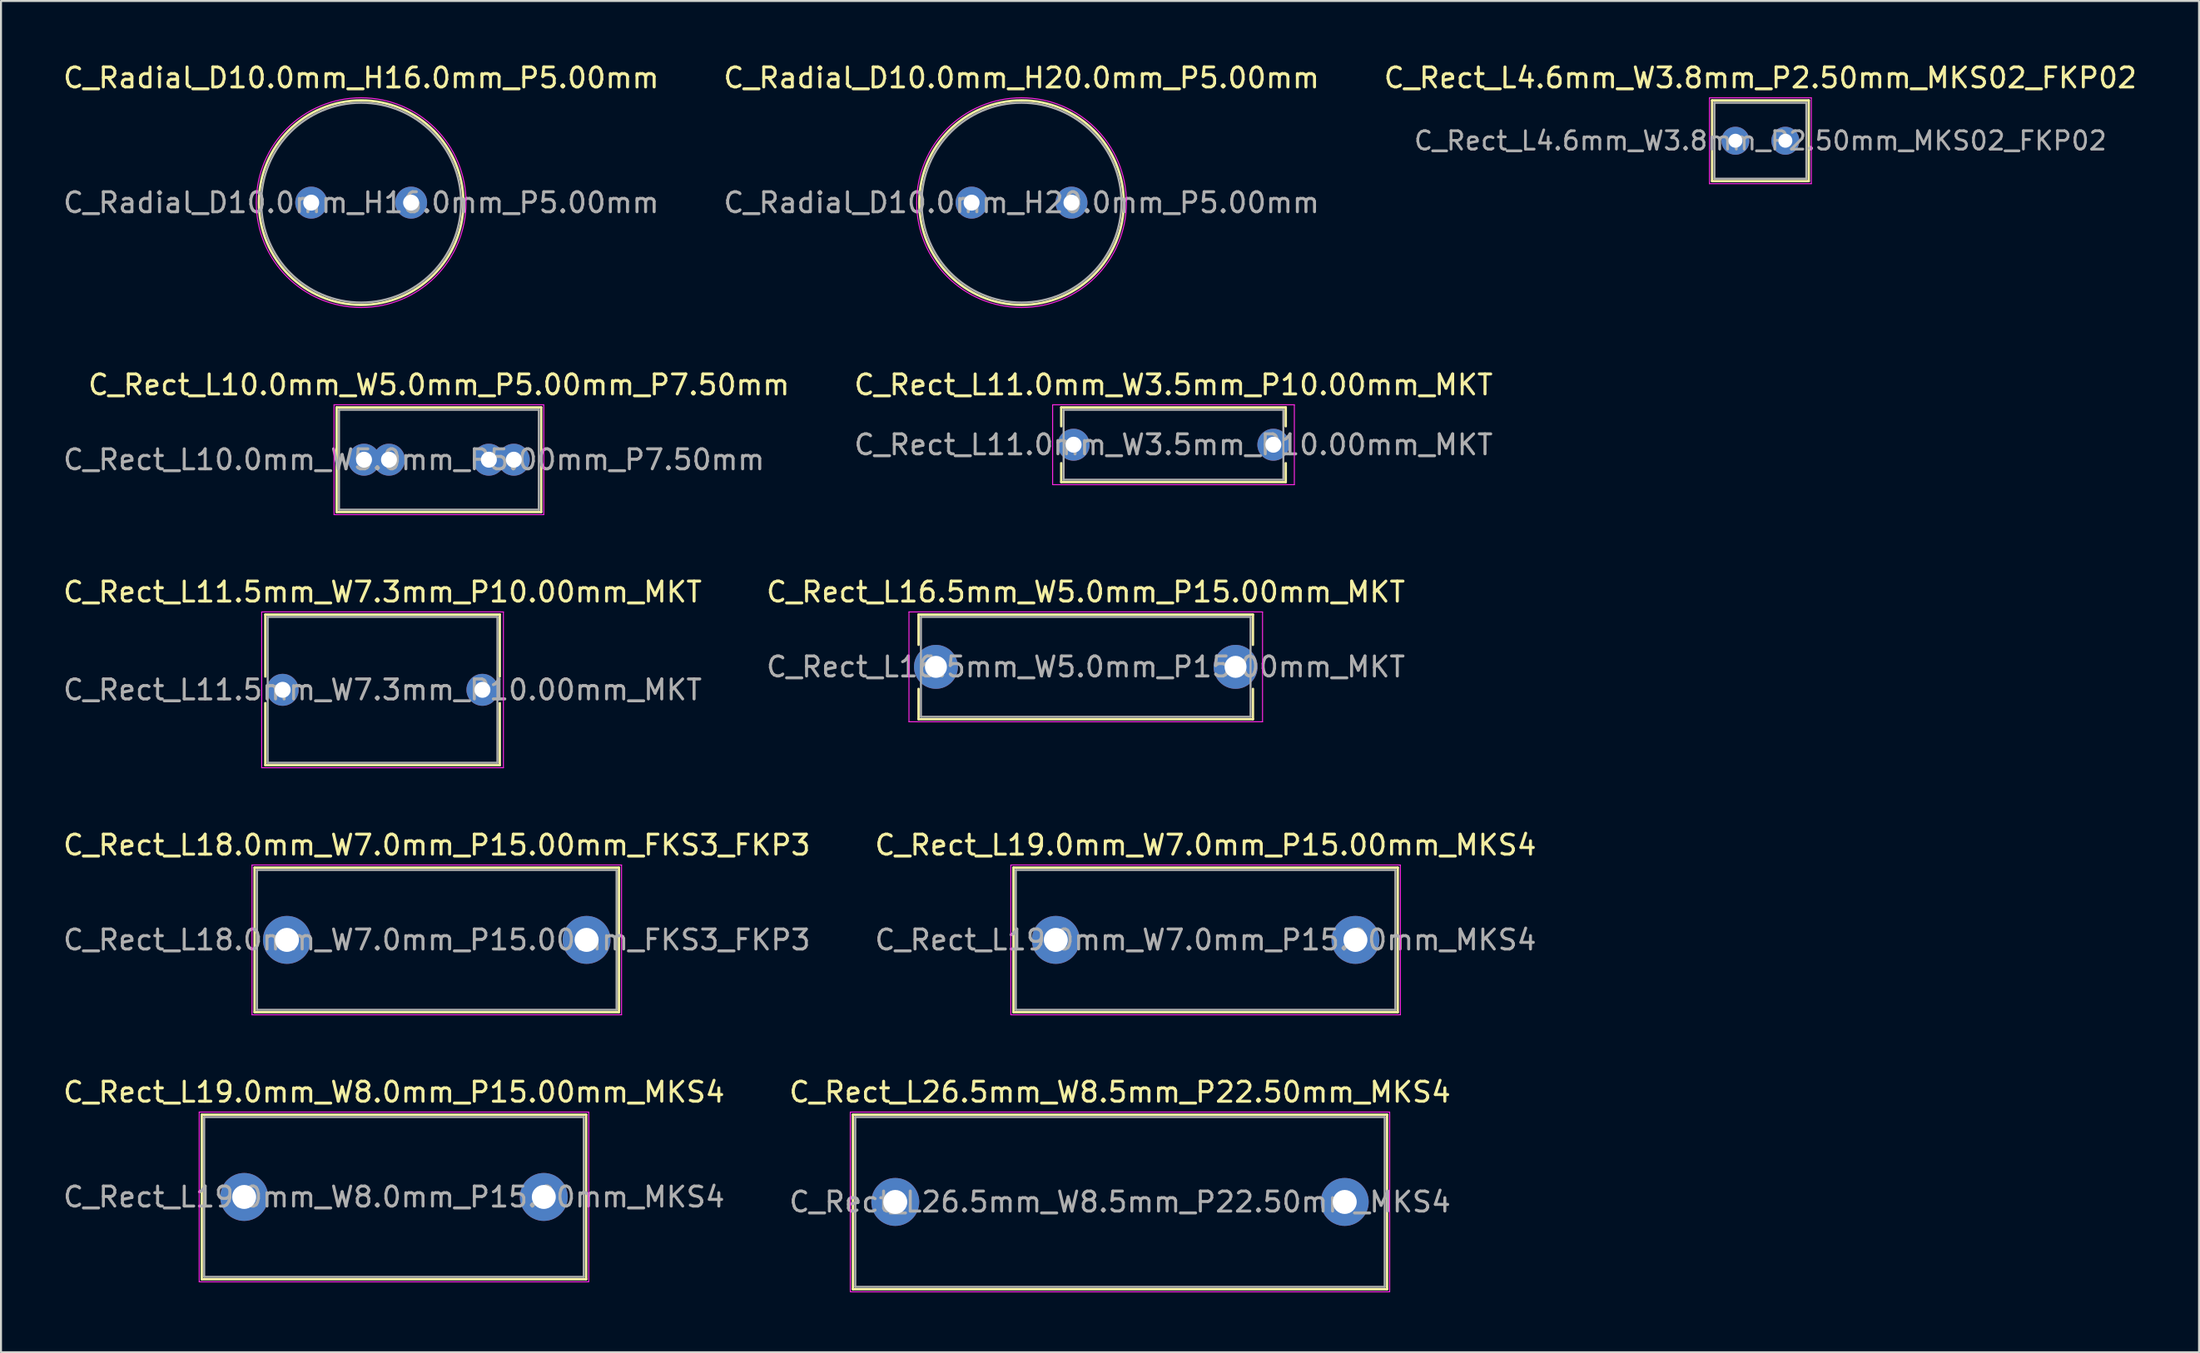
<source format=kicad_pcb>
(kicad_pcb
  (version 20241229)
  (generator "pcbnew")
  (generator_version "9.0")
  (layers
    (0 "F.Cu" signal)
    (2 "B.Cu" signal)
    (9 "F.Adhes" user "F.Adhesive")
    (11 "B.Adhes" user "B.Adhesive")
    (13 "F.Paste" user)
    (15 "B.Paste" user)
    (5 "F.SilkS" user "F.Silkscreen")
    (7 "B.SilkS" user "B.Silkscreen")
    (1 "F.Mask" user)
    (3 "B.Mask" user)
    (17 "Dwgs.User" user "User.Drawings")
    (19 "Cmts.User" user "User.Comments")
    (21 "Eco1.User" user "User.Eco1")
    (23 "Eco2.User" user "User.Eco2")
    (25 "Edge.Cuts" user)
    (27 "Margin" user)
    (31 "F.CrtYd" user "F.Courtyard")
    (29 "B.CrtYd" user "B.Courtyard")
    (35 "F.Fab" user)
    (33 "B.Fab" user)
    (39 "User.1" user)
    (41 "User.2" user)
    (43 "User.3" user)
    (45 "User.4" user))
  (footprint "C_Rect_L26.5mm_W8.5mm_P22.50mm_MKS4"
    (layer "F.Cu")
    (at 41.768 57.141)
    (property "Reference" "C_Rect_L26.5mm_W8.5mm_P22.50mm_MKS4" (at 11.25 -5.5 0) (layer "F.SilkS") (effects (font (size 1 1) (thickness 0.15))))
    (attr through_hole)
    (fp_line (start -2.12 -4.37) (end -2.12 4.37) (stroke (width 0.12) (type solid)) (layer "F.SilkS"))
    (fp_line (start -2.12 -4.37) (end 24.62 -4.37) (stroke (width 0.12) (type solid)) (layer "F.SilkS"))
    (fp_line (start -2.12 4.37) (end 24.62 4.37) (stroke (width 0.12) (type solid)) (layer "F.SilkS"))
    (fp_line (start 24.62 -4.37) (end 24.62 4.37) (stroke (width 0.12) (type solid)) (layer "F.SilkS"))
    (fp_line (start -2.25 -4.5) (end -2.25 4.5) (stroke (width 0.05) (type solid)) (layer "F.CrtYd"))
    (fp_line (start -2.25 4.5) (end 24.75 4.5) (stroke (width 0.05) (type solid)) (layer "F.CrtYd"))
    (fp_line (start 24.75 -4.5) (end -2.25 -4.5) (stroke (width 0.05) (type solid)) (layer "F.CrtYd"))
    (fp_line (start 24.75 4.5) (end 24.75 -4.5) (stroke (width 0.05) (type solid)) (layer "F.CrtYd"))
    (fp_line (start -2 -4.25) (end -2 4.25) (stroke (width 0.1) (type solid)) (layer "F.Fab"))
    (fp_line (start -2 4.25) (end 24.5 4.25) (stroke (width 0.1) (type solid)) (layer "F.Fab"))
    (fp_line (start 24.5 -4.25) (end -2 -4.25) (stroke (width 0.1) (type solid)) (layer "F.Fab"))
    (fp_line (start 24.5 4.25) (end 24.5 -4.25) (stroke (width 0.1) (type solid)) (layer "F.Fab"))
    (fp_text user "${REFERENCE}" (at 11.25 0 0) (layer "F.Fab") (effects (font (size 1 1) (thickness 0.15))))
    (pad "1" thru_hole circle (at 0 0) (size 2.4 2.4) (drill 1.2) (layers "*.Cu" "*.Mask"))
    (pad "2" thru_hole circle (at 22.5 0) (size 2.4 2.4) (drill 1.2) (layers "*.Cu" "*.Mask")))
  (footprint "C_Radial_D10.0mm_H16.0mm_P5.00mm"
    (layer "F.Cu")
    (at 12.53 7.098)
    (property "Reference" "C_Radial_D10.0mm_H16.0mm_P5.00mm" (at 2.5 -6.25 0) (layer "F.SilkS") (effects (font (size 1 1) (thickness 0.15))))
    (attr through_hole)
    (fp_circle (center 2.5 0) (end 7.62 0) (stroke (width 0.12) (type solid)) (fill no) (layer "F.SilkS"))
    (fp_circle (center 2.5 0) (end 7.75 0) (stroke (width 0.05) (type solid)) (fill no) (layer "F.CrtYd"))
    (fp_circle (center 2.5 0) (end 7.5 0) (stroke (width 0.1) (type solid)) (fill no) (layer "F.Fab"))
    (fp_text user "${REFERENCE}" (at 2.5 0 0) (layer "F.Fab") (effects (font (size 1 1) (thickness 0.15))))
    (pad "1" thru_hole circle (at 0 0) (size 1.6 1.6) (drill 0.8) (layers "*.Cu" "*.Mask"))
    (pad "2" thru_hole circle (at 5 0) (size 1.6 1.6) (drill 0.8) (layers "*.Cu" "*.Mask")))
  (footprint "C_Rect_L10.0mm_W5.0mm_P5.00mm_P7.50mm"
    (layer "F.Cu")
    (at 15.173 19.971)
    (property "Reference" "C_Rect_L10.0mm_W5.0mm_P5.00mm_P7.50mm" (at 3.75 -3.75 0) (layer "F.SilkS") (effects (font (size 1 1) (thickness 0.15))))
    (attr through_hole)
    (fp_line (start -1.37 -2.62) (end -1.37 2.62) (stroke (width 0.12) (type solid)) (layer "F.SilkS"))
    (fp_line (start -1.37 -2.62) (end 8.87 -2.62) (stroke (width 0.12) (type solid)) (layer "F.SilkS"))
    (fp_line (start -1.37 2.62) (end 8.87 2.62) (stroke (width 0.12) (type solid)) (layer "F.SilkS"))
    (fp_line (start 8.87 -2.62) (end 8.87 2.62) (stroke (width 0.12) (type solid)) (layer "F.SilkS"))
    (fp_line (start -1.5 -2.75) (end -1.5 2.75) (stroke (width 0.05) (type solid)) (layer "F.CrtYd"))
    (fp_line (start -1.5 2.75) (end 9 2.75) (stroke (width 0.05) (type solid)) (layer "F.CrtYd"))
    (fp_line (start 9 -2.75) (end -1.5 -2.75) (stroke (width 0.05) (type solid)) (layer "F.CrtYd"))
    (fp_line (start 9 2.75) (end 9 -2.75) (stroke (width 0.05) (type solid)) (layer "F.CrtYd"))
    (fp_line (start -1.25 -2.5) (end -1.25 2.5) (stroke (width 0.1) (type solid)) (layer "F.Fab"))
    (fp_line (start -1.25 2.5) (end 8.75 2.5) (stroke (width 0.1) (type solid)) (layer "F.Fab"))
    (fp_line (start 8.75 -2.5) (end -1.25 -2.5) (stroke (width 0.1) (type solid)) (layer "F.Fab"))
    (fp_line (start 8.75 2.5) (end 8.75 -2.5) (stroke (width 0.1) (type solid)) (layer "F.Fab"))
    (fp_text user "${REFERENCE}" (at 2.5 0 0) (layer "F.Fab") (effects (font (size 1 1) (thickness 0.15))))
    (pad "1" thru_hole circle (at 0 0) (size 1.6 1.6) (drill 0.8) (layers "*.Cu" "*.Mask"))
    (pad "1" thru_hole circle (at 1.25 0) (size 1.6 1.6) (drill 0.8) (layers "*.Cu" "*.Mask"))
    (pad "2" thru_hole circle (at 6.25 0) (size 1.6 1.6) (drill 0.8) (layers "*.Cu" "*.Mask"))
    (pad "2" thru_hole circle (at 7.5 0) (size 1.6 1.6) (drill 0.8) (layers "*.Cu" "*.Mask")))
  (footprint "C_Rect_L4.6mm_W3.8mm_P2.50mm_MKS02_FKP02"
    (layer "F.Cu")
    (at 83.827 3.998)
    (property "Reference" "C_Rect_L4.6mm_W3.8mm_P2.50mm_MKS02_FKP02" (at 1.25 -3.15 0) (layer "F.SilkS") (effects (font (size 1 1) (thickness 0.15))))
    (attr through_hole)
    (fp_line (start -1.17 -2.02) (end -1.17 2.02) (stroke (width 0.12) (type solid)) (layer "F.SilkS"))
    (fp_line (start -1.17 -2.02) (end 3.67 -2.02) (stroke (width 0.12) (type solid)) (layer "F.SilkS"))
    (fp_line (start -1.17 2.02) (end 3.67 2.02) (stroke (width 0.12) (type solid)) (layer "F.SilkS"))
    (fp_line (start 3.67 -2.02) (end 3.67 2.02) (stroke (width 0.12) (type solid)) (layer "F.SilkS"))
    (fp_line (start -1.3 -2.15) (end -1.3 2.15) (stroke (width 0.05) (type solid)) (layer "F.CrtYd"))
    (fp_line (start -1.3 2.15) (end 3.8 2.15) (stroke (width 0.05) (type solid)) (layer "F.CrtYd"))
    (fp_line (start 3.8 -2.15) (end -1.3 -2.15) (stroke (width 0.05) (type solid)) (layer "F.CrtYd"))
    (fp_line (start 3.8 2.15) (end 3.8 -2.15) (stroke (width 0.05) (type solid)) (layer "F.CrtYd"))
    (fp_line (start -1.05 -1.9) (end -1.05 1.9) (stroke (width 0.1) (type solid)) (layer "F.Fab"))
    (fp_line (start -1.05 1.9) (end 3.55 1.9) (stroke (width 0.1) (type solid)) (layer "F.Fab"))
    (fp_line (start 3.55 -1.9) (end -1.05 -1.9) (stroke (width 0.1) (type solid)) (layer "F.Fab"))
    (fp_line (start 3.55 1.9) (end 3.55 -1.9) (stroke (width 0.1) (type solid)) (layer "F.Fab"))
    (fp_text user "${REFERENCE}" (at 1.25 0 0) (layer "F.Fab") (effects (font (size 0.92 0.92) (thickness 0.138))))
    (pad "1" thru_hole circle (at 0 0) (size 1.4 1.4) (drill 0.7) (layers "*.Cu" "*.Mask"))
    (pad "2" thru_hole circle (at 2.5 0) (size 1.4 1.4) (drill 0.7) (layers "*.Cu" "*.Mask")))
  (footprint "C_Radial_D10.0mm_H20.0mm_P5.00mm"
    (layer "F.Cu")
    (at 45.589 7.098)
    (property "Reference" "C_Radial_D10.0mm_H20.0mm_P5.00mm" (at 2.5 -6.25 0) (layer "F.SilkS") (effects (font (size 1 1) (thickness 0.15))))
    (attr through_hole)
    (fp_circle (center 2.5 0) (end 7.62 0) (stroke (width 0.12) (type solid)) (fill no) (layer "F.SilkS"))
    (fp_circle (center 2.5 0) (end 7.75 0) (stroke (width 0.05) (type solid)) (fill no) (layer "F.CrtYd"))
    (fp_circle (center 2.5 0) (end 7.5 0) (stroke (width 0.1) (type solid)) (fill no) (layer "F.Fab"))
    (fp_text user "${REFERENCE}" (at 2.5 0 0) (layer "F.Fab") (effects (font (size 1 1) (thickness 0.15))))
    (pad "1" thru_hole circle (at 0 0) (size 1.6 1.6) (drill 0.8) (layers "*.Cu" "*.Mask"))
    (pad "2" thru_hole circle (at 5 0) (size 1.6 1.6) (drill 0.8) (layers "*.Cu" "*.Mask")))
  (footprint "C_Rect_L11.0mm_W3.5mm_P10.00mm_MKT"
    (layer "F.Cu")
    (at 50.696 19.221)
    (property "Reference" "C_Rect_L11.0mm_W3.5mm_P10.00mm_MKT" (at 5 -3 0) (layer "F.SilkS") (effects (font (size 1 1) (thickness 0.15))))
    (attr through_hole)
    (fp_line (start -0.62 -1.87) (end -0.62 -0.925) (stroke (width 0.12) (type solid)) (layer "F.SilkS"))
    (fp_line (start -0.62 -1.87) (end 10.62 -1.87) (stroke (width 0.12) (type solid)) (layer "F.SilkS"))
    (fp_line (start -0.62 0.925) (end -0.62 1.87) (stroke (width 0.12) (type solid)) (layer "F.SilkS"))
    (fp_line (start -0.62 1.87) (end 10.62 1.87) (stroke (width 0.12) (type solid)) (layer "F.SilkS"))
    (fp_line (start 10.62 -1.87) (end 10.62 -0.925) (stroke (width 0.12) (type solid)) (layer "F.SilkS"))
    (fp_line (start 10.62 0.925) (end 10.62 1.87) (stroke (width 0.12) (type solid)) (layer "F.SilkS"))
    (fp_line (start -1.05 -2) (end -1.05 2) (stroke (width 0.05) (type solid)) (layer "F.CrtYd"))
    (fp_line (start -1.05 2) (end 11.05 2) (stroke (width 0.05) (type solid)) (layer "F.CrtYd"))
    (fp_line (start 11.05 -2) (end -1.05 -2) (stroke (width 0.05) (type solid)) (layer "F.CrtYd"))
    (fp_line (start 11.05 2) (end 11.05 -2) (stroke (width 0.05) (type solid)) (layer "F.CrtYd"))
    (fp_line (start -0.5 -1.75) (end -0.5 1.75) (stroke (width 0.1) (type solid)) (layer "F.Fab"))
    (fp_line (start -0.5 1.75) (end 10.5 1.75) (stroke (width 0.1) (type solid)) (layer "F.Fab"))
    (fp_line (start 10.5 -1.75) (end -0.5 -1.75) (stroke (width 0.1) (type solid)) (layer "F.Fab"))
    (fp_line (start 10.5 1.75) (end 10.5 -1.75) (stroke (width 0.1) (type solid)) (layer "F.Fab"))
    (fp_text user "${REFERENCE}" (at 5 0 0) (layer "F.Fab") (effects (font (size 1 1) (thickness 0.15))))
    (pad "1" thru_hole circle (at 0 0) (size 1.6 1.6) (drill 0.8) (layers "*.Cu" "*.Mask"))
    (pad "2" thru_hole circle (at 10 0) (size 1.6 1.6) (drill 0.8) (layers "*.Cu" "*.Mask")))
  (footprint "C_Rect_L18.0mm_W7.0mm_P15.00mm_FKS3_FKP3"
    (layer "F.Cu")
    (at 11.315 44.018)
    (property "Reference" "C_Rect_L18.0mm_W7.0mm_P15.00mm_FKS3_FKP3" (at 7.5 -4.75 0) (layer "F.SilkS") (effects (font (size 1 1) (thickness 0.15))))
    (attr through_hole)
    (fp_line (start -1.62 -3.62) (end -1.62 3.62) (stroke (width 0.12) (type solid)) (layer "F.SilkS"))
    (fp_line (start -1.62 -3.62) (end 16.62 -3.62) (stroke (width 0.12) (type solid)) (layer "F.SilkS"))
    (fp_line (start -1.62 3.62) (end 16.62 3.62) (stroke (width 0.12) (type solid)) (layer "F.SilkS"))
    (fp_line (start 16.62 -3.62) (end 16.62 3.62) (stroke (width 0.12) (type solid)) (layer "F.SilkS"))
    (fp_line (start -1.75 -3.75) (end -1.75 3.75) (stroke (width 0.05) (type solid)) (layer "F.CrtYd"))
    (fp_line (start -1.75 3.75) (end 16.75 3.75) (stroke (width 0.05) (type solid)) (layer "F.CrtYd"))
    (fp_line (start 16.75 -3.75) (end -1.75 -3.75) (stroke (width 0.05) (type solid)) (layer "F.CrtYd"))
    (fp_line (start 16.75 3.75) (end 16.75 -3.75) (stroke (width 0.05) (type solid)) (layer "F.CrtYd"))
    (fp_line (start -1.5 -3.5) (end -1.5 3.5) (stroke (width 0.1) (type solid)) (layer "F.Fab"))
    (fp_line (start -1.5 3.5) (end 16.5 3.5) (stroke (width 0.1) (type solid)) (layer "F.Fab"))
    (fp_line (start 16.5 -3.5) (end -1.5 -3.5) (stroke (width 0.1) (type solid)) (layer "F.Fab"))
    (fp_line (start 16.5 3.5) (end 16.5 -3.5) (stroke (width 0.1) (type solid)) (layer "F.Fab"))
    (fp_text user "${REFERENCE}" (at 7.5 0 0) (layer "F.Fab") (effects (font (size 1 1) (thickness 0.15))))
    (pad "1" thru_hole circle (at 0 0) (size 2.4 2.4) (drill 1.2) (layers "*.Cu" "*.Mask"))
    (pad "2" thru_hole circle (at 15 0) (size 2.4 2.4) (drill 1.2) (layers "*.Cu" "*.Mask")))
  (footprint "C_Rect_L16.5mm_W5.0mm_P15.00mm_MKT"
    (layer "F.Cu")
    (at 43.804 30.345)
    (property "Reference" "C_Rect_L16.5mm_W5.0mm_P15.00mm_MKT" (at 7.5 -3.75 0) (layer "F.SilkS") (effects (font (size 1 1) (thickness 0.15))))
    (attr through_hole)
    (fp_line (start -0.87 -2.62) (end -0.87 -1.104) (stroke (width 0.12) (type solid)) (layer "F.SilkS"))
    (fp_line (start -0.87 -2.62) (end 15.87 -2.62) (stroke (width 0.12) (type solid)) (layer "F.SilkS"))
    (fp_line (start -0.87 1.104) (end -0.87 2.62) (stroke (width 0.12) (type solid)) (layer "F.SilkS"))
    (fp_line (start -0.87 2.62) (end 15.87 2.62) (stroke (width 0.12) (type solid)) (layer "F.SilkS"))
    (fp_line (start 15.87 -2.62) (end 15.87 -1.104) (stroke (width 0.12) (type solid)) (layer "F.SilkS"))
    (fp_line (start 15.87 1.104) (end 15.87 2.62) (stroke (width 0.12) (type solid)) (layer "F.SilkS"))
    (fp_line (start -1.35 -2.75) (end -1.35 2.75) (stroke (width 0.05) (type solid)) (layer "F.CrtYd"))
    (fp_line (start -1.35 2.75) (end 16.35 2.75) (stroke (width 0.05) (type solid)) (layer "F.CrtYd"))
    (fp_line (start 16.35 -2.75) (end -1.35 -2.75) (stroke (width 0.05) (type solid)) (layer "F.CrtYd"))
    (fp_line (start 16.35 2.75) (end 16.35 -2.75) (stroke (width 0.05) (type solid)) (layer "F.CrtYd"))
    (fp_line (start -0.75 -2.5) (end -0.75 2.5) (stroke (width 0.1) (type solid)) (layer "F.Fab"))
    (fp_line (start -0.75 2.5) (end 15.75 2.5) (stroke (width 0.1) (type solid)) (layer "F.Fab"))
    (fp_line (start 15.75 -2.5) (end -0.75 -2.5) (stroke (width 0.1) (type solid)) (layer "F.Fab"))
    (fp_line (start 15.75 2.5) (end 15.75 -2.5) (stroke (width 0.1) (type solid)) (layer "F.Fab"))
    (fp_text user "${REFERENCE}" (at 7.5 0 0) (layer "F.Fab") (effects (font (size 1 1) (thickness 0.15))))
    (pad "1" thru_hole circle (at 0 0) (size 2.2 2.2) (drill 1.1) (layers "*.Cu" "*.Mask"))
    (pad "2" thru_hole circle (at 15 0) (size 2.2 2.2) (drill 1.1) (layers "*.Cu" "*.Mask")))
  (footprint "C_Rect_L19.0mm_W8.0mm_P15.00mm_MKS4"
    (layer "F.Cu")
    (at 9.173 56.891)
    (property "Reference" "C_Rect_L19.0mm_W8.0mm_P15.00mm_MKS4" (at 7.5 -5.25 0) (layer "F.SilkS") (effects (font (size 1 1) (thickness 0.15))))
    (attr through_hole)
    (fp_line (start -2.12 -4.12) (end -2.12 4.12) (stroke (width 0.12) (type solid)) (layer "F.SilkS"))
    (fp_line (start -2.12 -4.12) (end 17.12 -4.12) (stroke (width 0.12) (type solid)) (layer "F.SilkS"))
    (fp_line (start -2.12 4.12) (end 17.12 4.12) (stroke (width 0.12) (type solid)) (layer "F.SilkS"))
    (fp_line (start 17.12 -4.12) (end 17.12 4.12) (stroke (width 0.12) (type solid)) (layer "F.SilkS"))
    (fp_line (start -2.25 -4.25) (end -2.25 4.25) (stroke (width 0.05) (type solid)) (layer "F.CrtYd"))
    (fp_line (start -2.25 4.25) (end 17.25 4.25) (stroke (width 0.05) (type solid)) (layer "F.CrtYd"))
    (fp_line (start 17.25 -4.25) (end -2.25 -4.25) (stroke (width 0.05) (type solid)) (layer "F.CrtYd"))
    (fp_line (start 17.25 4.25) (end 17.25 -4.25) (stroke (width 0.05) (type solid)) (layer "F.CrtYd"))
    (fp_line (start -2 -4) (end -2 4) (stroke (width 0.1) (type solid)) (layer "F.Fab"))
    (fp_line (start -2 4) (end 17 4) (stroke (width 0.1) (type solid)) (layer "F.Fab"))
    (fp_line (start 17 -4) (end -2 -4) (stroke (width 0.1) (type solid)) (layer "F.Fab"))
    (fp_line (start 17 4) (end 17 -4) (stroke (width 0.1) (type solid)) (layer "F.Fab"))
    (fp_text user "${REFERENCE}" (at 7.5 0 0) (layer "F.Fab") (effects (font (size 1 1) (thickness 0.15))))
    (pad "1" thru_hole circle (at 0 0) (size 2.4 2.4) (drill 1.2) (layers "*.Cu" "*.Mask"))
    (pad "2" thru_hole circle (at 15 0) (size 2.4 2.4) (drill 1.2) (layers "*.Cu" "*.Mask")))
  (footprint "C_Rect_L11.5mm_W7.3mm_P10.00mm_MKT"
    (layer "F.Cu")
    (at 11.101 31.495)
    (property "Reference" "C_Rect_L11.5mm_W7.3mm_P10.00mm_MKT" (at 5 -4.9 0) (layer "F.SilkS") (effects (font (size 1 1) (thickness 0.15))))
    (attr through_hole)
    (fp_line (start -0.87 -3.77) (end -0.87 -0.665) (stroke (width 0.12) (type solid)) (layer "F.SilkS"))
    (fp_line (start -0.87 -3.77) (end 10.87 -3.77) (stroke (width 0.12) (type solid)) (layer "F.SilkS"))
    (fp_line (start -0.87 0.665) (end -0.87 3.77) (stroke (width 0.12) (type solid)) (layer "F.SilkS"))
    (fp_line (start -0.87 3.77) (end 10.87 3.77) (stroke (width 0.12) (type solid)) (layer "F.SilkS"))
    (fp_line (start 10.87 -3.77) (end 10.87 -0.665) (stroke (width 0.12) (type solid)) (layer "F.SilkS"))
    (fp_line (start 10.87 0.665) (end 10.87 3.77) (stroke (width 0.12) (type solid)) (layer "F.SilkS"))
    (fp_line (start -1.05 -3.9) (end -1.05 3.9) (stroke (width 0.05) (type solid)) (layer "F.CrtYd"))
    (fp_line (start -1.05 3.9) (end 11.05 3.9) (stroke (width 0.05) (type solid)) (layer "F.CrtYd"))
    (fp_line (start 11.05 -3.9) (end -1.05 -3.9) (stroke (width 0.05) (type solid)) (layer "F.CrtYd"))
    (fp_line (start 11.05 3.9) (end 11.05 -3.9) (stroke (width 0.05) (type solid)) (layer "F.CrtYd"))
    (fp_line (start -0.75 -3.65) (end -0.75 3.65) (stroke (width 0.1) (type solid)) (layer "F.Fab"))
    (fp_line (start -0.75 3.65) (end 10.75 3.65) (stroke (width 0.1) (type solid)) (layer "F.Fab"))
    (fp_line (start 10.75 -3.65) (end -0.75 -3.65) (stroke (width 0.1) (type solid)) (layer "F.Fab"))
    (fp_line (start 10.75 3.65) (end 10.75 -3.65) (stroke (width 0.1) (type solid)) (layer "F.Fab"))
    (fp_text user "${REFERENCE}" (at 5 0 0) (layer "F.Fab") (effects (font (size 1 1) (thickness 0.15))))
    (pad "1" thru_hole circle (at 0 0) (size 1.6 1.6) (drill 0.8) (layers "*.Cu" "*.Mask"))
    (pad "2" thru_hole circle (at 10 0) (size 1.6 1.6) (drill 0.8) (layers "*.Cu" "*.Mask")))
  (footprint "C_Rect_L19.0mm_W7.0mm_P15.00mm_MKS4"
    (layer "F.Cu")
    (at 49.804 44.018)
    (property "Reference" "C_Rect_L19.0mm_W7.0mm_P15.00mm_MKS4" (at 7.5 -4.75 0) (layer "F.SilkS") (effects (font (size 1 1) (thickness 0.15))))
    (attr through_hole)
    (fp_line (start -2.12 -3.62) (end -2.12 3.62) (stroke (width 0.12) (type solid)) (layer "F.SilkS"))
    (fp_line (start -2.12 -3.62) (end 17.12 -3.62) (stroke (width 0.12) (type solid)) (layer "F.SilkS"))
    (fp_line (start -2.12 3.62) (end 17.12 3.62) (stroke (width 0.12) (type solid)) (layer "F.SilkS"))
    (fp_line (start 17.12 -3.62) (end 17.12 3.62) (stroke (width 0.12) (type solid)) (layer "F.SilkS"))
    (fp_line (start -2.25 -3.75) (end -2.25 3.75) (stroke (width 0.05) (type solid)) (layer "F.CrtYd"))
    (fp_line (start -2.25 3.75) (end 17.25 3.75) (stroke (width 0.05) (type solid)) (layer "F.CrtYd"))
    (fp_line (start 17.25 -3.75) (end -2.25 -3.75) (stroke (width 0.05) (type solid)) (layer "F.CrtYd"))
    (fp_line (start 17.25 3.75) (end 17.25 -3.75) (stroke (width 0.05) (type solid)) (layer "F.CrtYd"))
    (fp_line (start -2 -3.5) (end -2 3.5) (stroke (width 0.1) (type solid)) (layer "F.Fab"))
    (fp_line (start -2 3.5) (end 17 3.5) (stroke (width 0.1) (type solid)) (layer "F.Fab"))
    (fp_line (start 17 -3.5) (end -2 -3.5) (stroke (width 0.1) (type solid)) (layer "F.Fab"))
    (fp_line (start 17 3.5) (end 17 -3.5) (stroke (width 0.1) (type solid)) (layer "F.Fab"))
    (fp_text user "${REFERENCE}" (at 7.5 0 0) (layer "F.Fab") (effects (font (size 1 1) (thickness 0.15))))
    (pad "1" thru_hole circle (at 0 0) (size 2.4 2.4) (drill 1.2) (layers "*.Cu" "*.Mask"))
    (pad "2" thru_hole circle (at 15 0) (size 2.4 2.4) (drill 1.2) (layers "*.Cu" "*.Mask")))
  (gr_rect
    (start -3 -3)
    (end 107.036 64.666)
    (stroke (width 0.1) (type default))
    (fill no)
    (layer "Edge.Cuts")))
</source>
